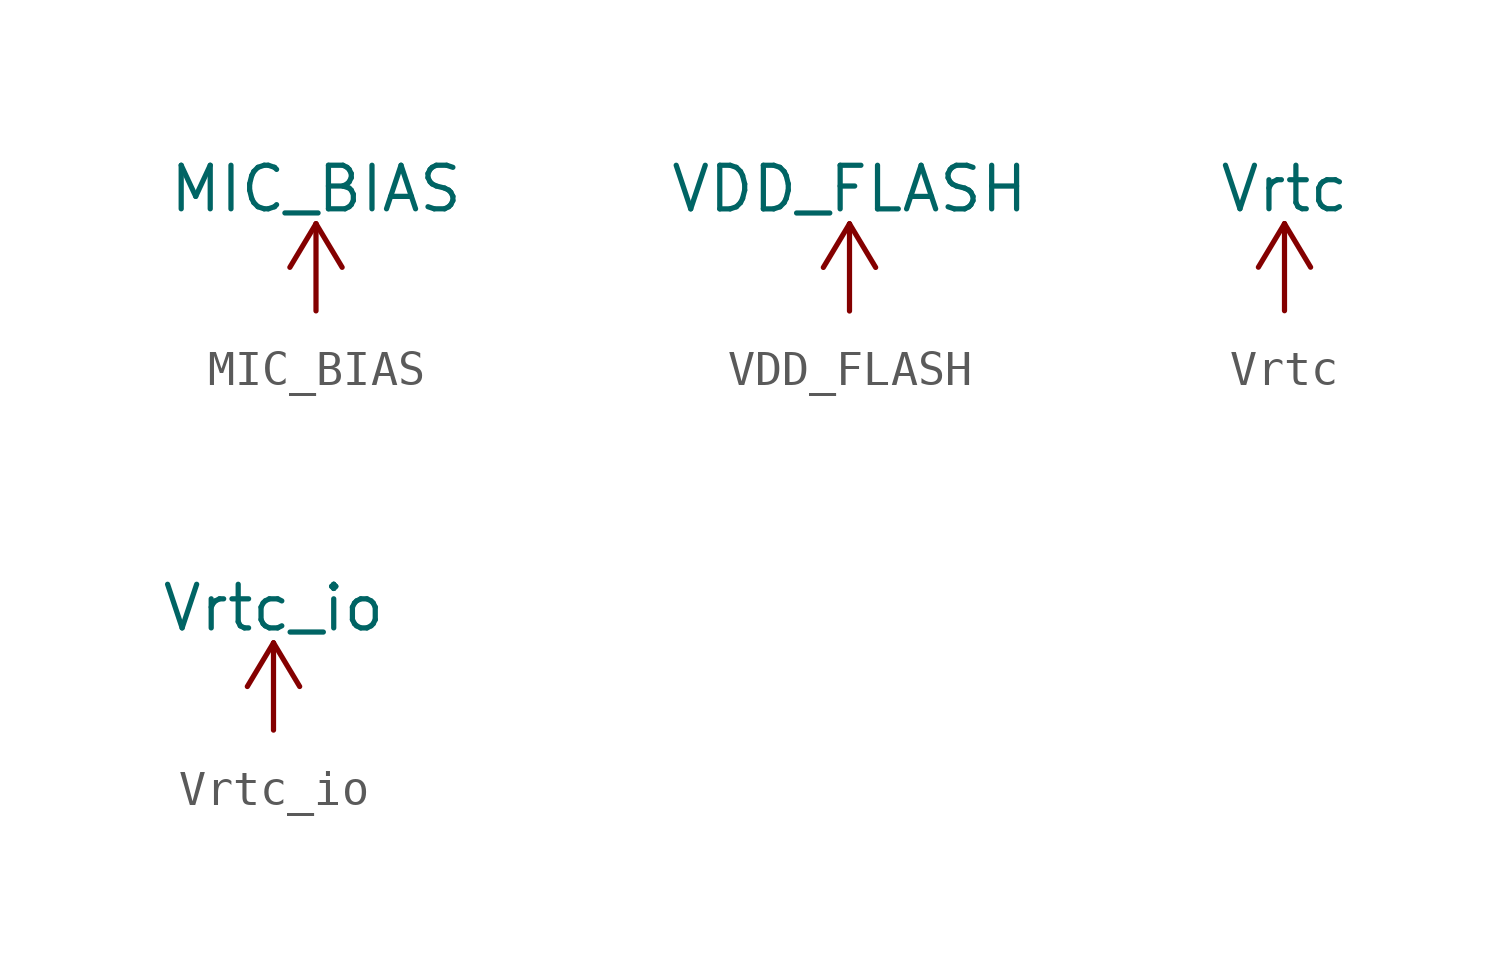
<source format=kicad_sym>
(kicad_symbol_lib
  (version 20211014)
  (generator kicad_symbol_editor)
  (symbol "MIC_BIAS"
    (power)
    (pin_names
      (offset 0))
    (property "Reference" "#PWR"
      (at 0 -3.81 0)
      (effects (font (size 1.27 1.27)) hide))
    (property "Value" "MIC_BIAS"
      (at 0 3.556 0)
      (effects (font (size 1.27 1.27))))
    (symbol "MIC_BIAS_0_1"
      (polyline (pts (xy -0.762 1.27) (xy 0 2.54)) (stroke (width 0) (type default) (color 0 0 0 0)) (fill (type none)))
      (polyline (pts (xy 0 0) (xy 0 2.54)) (stroke (width 0) (type default) (color 0 0 0 0)) (fill (type none)))
      (polyline (pts (xy 0 2.54) (xy 0.762 1.27)) (stroke (width 0) (type default) (color 0 0 0 0)) (fill (type none))))
    (symbol "MIC_BIAS_1_1"
      (pin unspecified line (at 0 0 90) (length 0) hide (name "MIC_BIAS" (effects (font (size 1.27 1.27)))) (number "1" (effects (font (size 1.27 1.27)))))))
  (symbol "VDD_FLASH"
    (power)
    (pin_names
      (offset 0))
    (property "Reference" "#PWR"
      (at 0 -3.81 0)
      (effects (font (size 1.27 1.27)) hide))
    (property "Value" "VDD_FLASH"
      (at 0 3.556 0)
      (effects (font (size 1.27 1.27))))
    (symbol "VDD_FLASH_0_1"
      (polyline (pts (xy -0.762 1.27) (xy 0 2.54)) (stroke (width 0) (type default) (color 0 0 0 0)) (fill (type none)))
      (polyline (pts (xy 0 0) (xy 0 2.54)) (stroke (width 0) (type default) (color 0 0 0 0)) (fill (type none)))
      (polyline (pts (xy 0 2.54) (xy 0.762 1.27)) (stroke (width 0) (type default) (color 0 0 0 0)) (fill (type none))))
    (symbol "VDD_FLASH_1_1"
      (pin unspecified line (at 0 0 90) (length 0) hide (name "VDD_FLASH" (effects (font (size 1.27 1.27)))) (number "1" (effects (font (size 1.27 1.27)))))))
  (symbol "Vrtc"
    (power)
    (pin_names
      (offset 0))
    (property "Reference" "#PWR"
      (at 0 -3.81 0)
      (effects (font (size 1.27 1.27)) hide))
    (property "Value" "Vrtc"
      (at 0 3.556 0)
      (effects (font (size 1.27 1.27))))
    (symbol "Vrtc_0_1"
      (polyline (pts (xy -0.762 1.27) (xy 0 2.54)) (stroke (width 0) (type default) (color 0 0 0 0)) (fill (type none)))
      (polyline (pts (xy 0 0) (xy 0 2.54)) (stroke (width 0) (type default) (color 0 0 0 0)) (fill (type none)))
      (polyline (pts (xy 0 2.54) (xy 0.762 1.27)) (stroke (width 0) (type default) (color 0 0 0 0)) (fill (type none))))
    (symbol "Vrtc_1_1"
      (pin power_in line (at 0 0 90) (length 0) hide (name "+1V8" (effects (font (size 1.27 1.27)))) (number "1" (effects (font (size 1.27 1.27)))))))
  (symbol "Vrtc_io"
    (power)
    (pin_names
      (offset 0))
    (property "Reference" "#PWR"
      (at 0 -3.81 0)
      (effects (font (size 1.27 1.27)) hide))
    (property "Value" "Vrtc_io"
      (at 0 3.556 0)
      (effects (font (size 1.27 1.27))))
    (symbol "Vrtc_io_0_1"
      (polyline (pts (xy -0.762 1.27) (xy 0 2.54)) (stroke (width 0) (type default) (color 0 0 0 0)) (fill (type none)))
      (polyline (pts (xy 0 0) (xy 0 2.54)) (stroke (width 0) (type default) (color 0 0 0 0)) (fill (type none)))
      (polyline (pts (xy 0 2.54) (xy 0.762 1.27)) (stroke (width 0) (type default) (color 0 0 0 0)) (fill (type none))))
    (symbol "Vrtc_io_1_1"
      (pin power_in line (at 0 0 90) (length 0) hide (name "+1V8" (effects (font (size 1.27 1.27)))) (number "1" (effects (font (size 1.27 1.27))))))))
</source>
